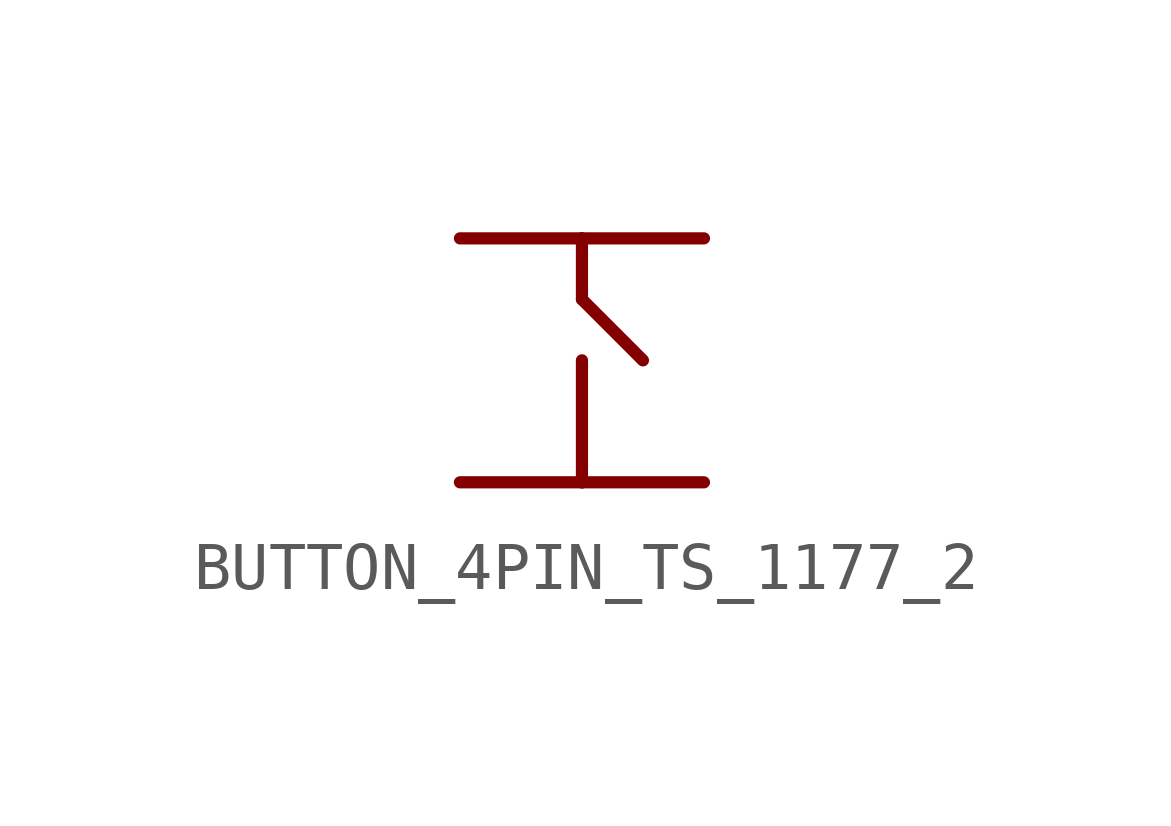
<source format=kicad_sym>
(kicad_symbol_lib
  (version 20220914)
  (generator kicad_symbol_editor)
  (symbol "BUTTON_4PIN_TS_1177_2"
    (property "Reference" "s1"
      (at 0 8.89 0)
      (effects (font (size 1.778 1.778)) hide))
    (symbol "BUTTON_4PIN_TS_1177_2_1_0"
      (polyline (pts (xy -2.54 0) (xy 0 0)) (stroke (width 0.254) (type solid)) (fill (type none)))
      (polyline (pts (xy -2.54 5.08) (xy 0 5.08)) (stroke (width 0.254) (type solid)) (fill (type none)))
      (polyline (pts (xy 0 0) (xy 2.54 0)) (stroke (width 0.254) (type solid)) (fill (type none)))
      (polyline (pts (xy 0 2.54) (xy 0 0)) (stroke (width 0.254) (type solid)) (fill (type none)))
      (polyline (pts (xy 0 3.81) (xy 1.27 2.54)) (stroke (width 0.254) (type solid)) (fill (type none)))
      (polyline (pts (xy 0 5.08) (xy 0 3.81)) (stroke (width 0.254) (type solid)) (fill (type none)))
      (polyline (pts (xy 0 5.08) (xy 2.54 5.08)) (stroke (width 0.254) (type solid)) (fill (type none)))
      (pin bidirectional line (at -2.54 5.08 0) (length 0) (name "1" (effects (font (size 0 0)))) (number "P1" (effects (font (size 0 0)))))
      (pin bidirectional line (at 2.54 5.08 0) (length 0) (name "2" (effects (font (size 0 0)))) (number "P2" (effects (font (size 0 0)))))
      (pin bidirectional line (at -2.54 0 0) (length 0) (name "3" (effects (font (size 0 0)))) (number "P3" (effects (font (size 0 0)))))
      (pin bidirectional line (at 2.54 0 0) (length 0) (name "4" (effects (font (size 0 0)))) (number "P4" (effects (font (size 0 0))))))))
</source>
